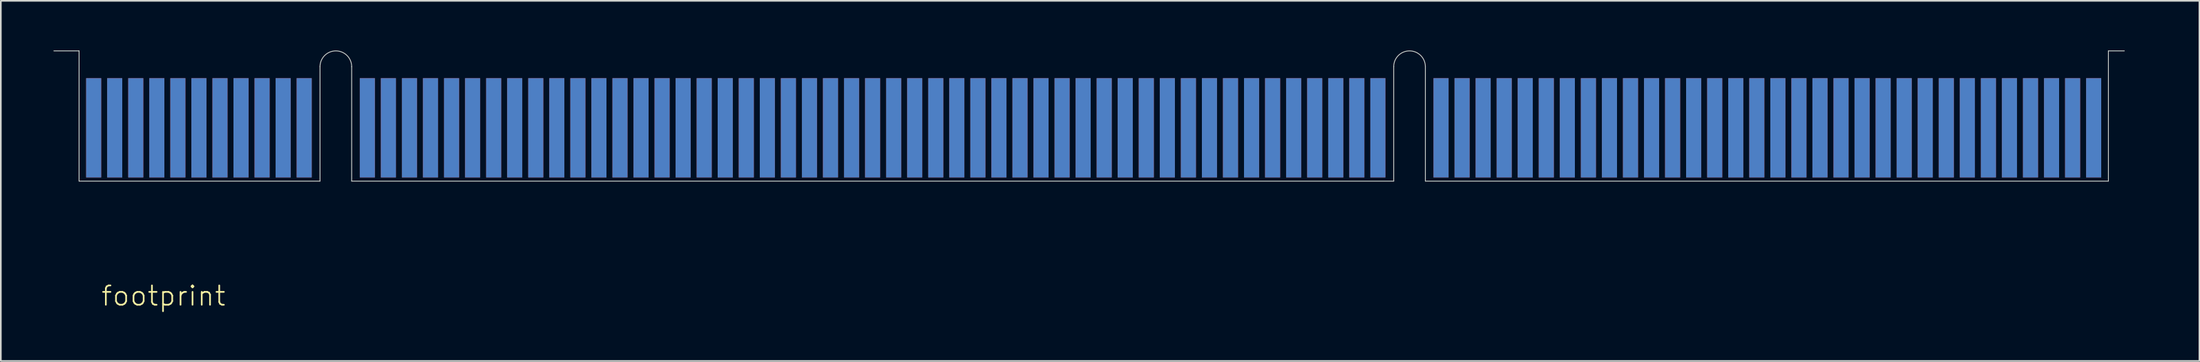
<source format=kicad_pcb>
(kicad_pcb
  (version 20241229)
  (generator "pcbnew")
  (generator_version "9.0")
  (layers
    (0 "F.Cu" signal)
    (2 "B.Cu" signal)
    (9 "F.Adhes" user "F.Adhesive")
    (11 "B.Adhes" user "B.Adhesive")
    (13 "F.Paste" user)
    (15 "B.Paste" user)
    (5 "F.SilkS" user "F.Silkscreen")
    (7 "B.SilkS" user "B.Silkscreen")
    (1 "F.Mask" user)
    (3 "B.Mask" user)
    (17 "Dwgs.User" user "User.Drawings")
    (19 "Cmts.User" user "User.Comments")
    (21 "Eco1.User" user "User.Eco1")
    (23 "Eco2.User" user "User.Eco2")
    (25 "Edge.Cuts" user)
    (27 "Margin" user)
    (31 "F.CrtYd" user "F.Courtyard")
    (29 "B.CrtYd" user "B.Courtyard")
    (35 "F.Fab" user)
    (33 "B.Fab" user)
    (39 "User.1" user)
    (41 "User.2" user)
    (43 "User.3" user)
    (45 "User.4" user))
  (footprint "footprint"
    (layer "F.Cu")
    (at 2.6 7.895)
    (property "Reference" "footprint" (at 0.39 7.62 0) (layer "F.SilkS") (effects (font (size 1.168 1.168) (thickness 0.102)) (justify left bottom)))
    (fp_line (start -2.15 3.81) (end 123.58 3.81) (stroke (width 0.9) (type solid)) (layer "F.Mask"))
    (fp_line (start 0 -5.915) (end 0 3.52) (stroke (width 0.91) (type solid)) (layer "F.Mask"))
    (fp_line (start 1.27 -5.915) (end 1.27 3.52) (stroke (width 0.91) (type solid)) (layer "F.Mask"))
    (fp_line (start 2.54 -5.915) (end 2.54 3.52) (stroke (width 0.91) (type solid)) (layer "F.Mask"))
    (fp_line (start 3.81 -5.915) (end 3.81 3.52) (stroke (width 0.91) (type solid)) (layer "F.Mask"))
    (fp_line (start 5.08 -5.915) (end 5.08 3.52) (stroke (width 0.91) (type solid)) (layer "F.Mask"))
    (fp_line (start 6.35 -5.915) (end 6.35 3.52) (stroke (width 0.91) (type solid)) (layer "F.Mask"))
    (fp_line (start 7.62 -5.915) (end 7.62 3.52) (stroke (width 0.91) (type solid)) (layer "F.Mask"))
    (fp_line (start 8.89 -5.915) (end 8.89 3.52) (stroke (width 0.91) (type solid)) (layer "F.Mask"))
    (fp_line (start 10.16 -5.915) (end 10.16 3.52) (stroke (width 0.91) (type solid)) (layer "F.Mask"))
    (fp_line (start 11.43 -5.915) (end 11.43 3.52) (stroke (width 0.91) (type solid)) (layer "F.Mask"))
    (fp_line (start 12.7 -5.915) (end 12.7 3.52) (stroke (width 0.91) (type solid)) (layer "F.Mask"))
    (fp_line (start 16.51 -5.915) (end 16.51 3.52) (stroke (width 0.91) (type solid)) (layer "F.Mask"))
    (fp_line (start 17.78 -5.915) (end 17.78 3.52) (stroke (width 0.91) (type solid)) (layer "F.Mask"))
    (fp_line (start 19.05 -5.915) (end 19.05 3.52) (stroke (width 0.91) (type solid)) (layer "F.Mask"))
    (fp_line (start 20.32 -5.915) (end 20.32 3.52) (stroke (width 0.91) (type solid)) (layer "F.Mask"))
    (fp_line (start 21.59 -5.915) (end 21.59 3.52) (stroke (width 0.91) (type solid)) (layer "F.Mask"))
    (fp_line (start 22.86 -5.915) (end 22.86 3.52) (stroke (width 0.91) (type solid)) (layer "F.Mask"))
    (fp_line (start 24.13 -5.915) (end 24.13 3.52) (stroke (width 0.91) (type solid)) (layer "F.Mask"))
    (fp_line (start 25.4 -5.915) (end 25.4 3.52) (stroke (width 0.91) (type solid)) (layer "F.Mask"))
    (fp_line (start 26.67 -5.915) (end 26.67 3.52) (stroke (width 0.91) (type solid)) (layer "F.Mask"))
    (fp_line (start 27.94 -5.915) (end 27.94 3.52) (stroke (width 0.91) (type solid)) (layer "F.Mask"))
    (fp_line (start 29.21 -5.915) (end 29.21 3.52) (stroke (width 0.91) (type solid)) (layer "F.Mask"))
    (fp_line (start 30.48 -5.915) (end 30.48 3.52) (stroke (width 0.91) (type solid)) (layer "F.Mask"))
    (fp_line (start 31.75 -5.915) (end 31.75 3.52) (stroke (width 0.91) (type solid)) (layer "F.Mask"))
    (fp_line (start 33.02 -5.915) (end 33.02 3.52) (stroke (width 0.91) (type solid)) (layer "F.Mask"))
    (fp_line (start 34.29 -5.915) (end 34.29 3.52) (stroke (width 0.91) (type solid)) (layer "F.Mask"))
    (fp_line (start 35.56 -5.915) (end 35.56 3.52) (stroke (width 0.91) (type solid)) (layer "F.Mask"))
    (fp_line (start 36.83 -5.915) (end 36.83 3.52) (stroke (width 0.91) (type solid)) (layer "F.Mask"))
    (fp_line (start 38.1 -5.915) (end 38.1 3.52) (stroke (width 0.91) (type solid)) (layer "F.Mask"))
    (fp_line (start 39.37 -5.915) (end 39.37 3.52) (stroke (width 0.91) (type solid)) (layer "F.Mask"))
    (fp_line (start 40.64 -5.915) (end 40.64 3.52) (stroke (width 0.91) (type solid)) (layer "F.Mask"))
    (fp_line (start 41.91 -5.915) (end 41.91 3.52) (stroke (width 0.91) (type solid)) (layer "F.Mask"))
    (fp_line (start 43.18 -5.915) (end 43.18 3.52) (stroke (width 0.91) (type solid)) (layer "F.Mask"))
    (fp_line (start 44.45 -5.915) (end 44.45 3.52) (stroke (width 0.91) (type solid)) (layer "F.Mask"))
    (fp_line (start 45.72 -5.915) (end 45.72 3.52) (stroke (width 0.91) (type solid)) (layer "F.Mask"))
    (fp_line (start 46.99 -5.915) (end 46.99 3.52) (stroke (width 0.91) (type solid)) (layer "F.Mask"))
    (fp_line (start 48.26 -5.915) (end 48.26 3.52) (stroke (width 0.91) (type solid)) (layer "F.Mask"))
    (fp_line (start 49.53 -5.915) (end 49.53 3.52) (stroke (width 0.91) (type solid)) (layer "F.Mask"))
    (fp_line (start 50.8 -5.915) (end 50.8 3.52) (stroke (width 0.91) (type solid)) (layer "F.Mask"))
    (fp_line (start 52.07 -5.915) (end 52.07 3.52) (stroke (width 0.91) (type solid)) (layer "F.Mask"))
    (fp_line (start 53.34 -5.915) (end 53.34 3.52) (stroke (width 0.91) (type solid)) (layer "F.Mask"))
    (fp_line (start 54.61 -5.915) (end 54.61 3.52) (stroke (width 0.91) (type solid)) (layer "F.Mask"))
    (fp_line (start 55.88 -5.915) (end 55.88 3.52) (stroke (width 0.91) (type solid)) (layer "F.Mask"))
    (fp_line (start 57.15 -5.915) (end 57.15 3.52) (stroke (width 0.91) (type solid)) (layer "F.Mask"))
    (fp_line (start 58.42 -5.915) (end 58.42 3.52) (stroke (width 0.91) (type solid)) (layer "F.Mask"))
    (fp_line (start 59.69 -5.915) (end 59.69 3.52) (stroke (width 0.91) (type solid)) (layer "F.Mask"))
    (fp_line (start 60.96 -5.915) (end 60.96 3.52) (stroke (width 0.91) (type solid)) (layer "F.Mask"))
    (fp_line (start 62.23 -5.915) (end 62.23 3.52) (stroke (width 0.91) (type solid)) (layer "F.Mask"))
    (fp_line (start 63.5 -5.915) (end 63.5 3.52) (stroke (width 0.91) (type solid)) (layer "F.Mask"))
    (fp_line (start 64.77 -5.915) (end 64.77 3.52) (stroke (width 0.91) (type solid)) (layer "F.Mask"))
    (fp_line (start 66.04 -5.915) (end 66.04 3.52) (stroke (width 0.91) (type solid)) (layer "F.Mask"))
    (fp_line (start 67.31 -5.915) (end 67.31 3.52) (stroke (width 0.91) (type solid)) (layer "F.Mask"))
    (fp_line (start 68.58 -5.915) (end 68.58 3.52) (stroke (width 0.91) (type solid)) (layer "F.Mask"))
    (fp_line (start 69.85 -5.915) (end 69.85 3.52) (stroke (width 0.91) (type solid)) (layer "F.Mask"))
    (fp_line (start 71.12 -5.915) (end 71.12 3.52) (stroke (width 0.91) (type solid)) (layer "F.Mask"))
    (fp_line (start 72.39 -5.915) (end 72.39 3.52) (stroke (width 0.91) (type solid)) (layer "F.Mask"))
    (fp_line (start 73.66 -5.915) (end 73.66 3.52) (stroke (width 0.91) (type solid)) (layer "F.Mask"))
    (fp_line (start 74.93 -5.915) (end 74.93 3.52) (stroke (width 0.91) (type solid)) (layer "F.Mask"))
    (fp_line (start 76.2 -5.915) (end 76.2 3.52) (stroke (width 0.91) (type solid)) (layer "F.Mask"))
    (fp_line (start 77.47 -5.915) (end 77.47 3.52) (stroke (width 0.91) (type solid)) (layer "F.Mask"))
    (fp_line (start 81.28 -5.915) (end 81.28 3.52) (stroke (width 0.91) (type solid)) (layer "F.Mask"))
    (fp_line (start 82.55 -5.915) (end 82.55 3.52) (stroke (width 0.91) (type solid)) (layer "F.Mask"))
    (fp_line (start 83.82 -5.915) (end 83.82 3.52) (stroke (width 0.91) (type solid)) (layer "F.Mask"))
    (fp_line (start 85.09 -5.915) (end 85.09 3.52) (stroke (width 0.91) (type solid)) (layer "F.Mask"))
    (fp_line (start 86.36 -5.915) (end 86.36 3.52) (stroke (width 0.91) (type solid)) (layer "F.Mask"))
    (fp_line (start 87.63 -5.915) (end 87.63 3.52) (stroke (width 0.91) (type solid)) (layer "F.Mask"))
    (fp_line (start 88.9 -5.915) (end 88.9 3.52) (stroke (width 0.91) (type solid)) (layer "F.Mask"))
    (fp_line (start 90.17 -5.915) (end 90.17 3.52) (stroke (width 0.91) (type solid)) (layer "F.Mask"))
    (fp_line (start 91.44 -5.915) (end 91.44 3.52) (stroke (width 0.91) (type solid)) (layer "F.Mask"))
    (fp_line (start 92.71 -5.915) (end 92.71 3.52) (stroke (width 0.91) (type solid)) (layer "F.Mask"))
    (fp_line (start 93.98 -5.915) (end 93.98 3.52) (stroke (width 0.91) (type solid)) (layer "F.Mask"))
    (fp_line (start 95.25 -5.915) (end 95.25 3.52) (stroke (width 0.91) (type solid)) (layer "F.Mask"))
    (fp_line (start 96.52 -5.915) (end 96.52 3.52) (stroke (width 0.91) (type solid)) (layer "F.Mask"))
    (fp_line (start 97.79 -5.915) (end 97.79 3.52) (stroke (width 0.91) (type solid)) (layer "F.Mask"))
    (fp_line (start 99.06 -5.915) (end 99.06 3.52) (stroke (width 0.91) (type solid)) (layer "F.Mask"))
    (fp_line (start 100.33 -5.915) (end 100.33 3.52) (stroke (width 0.91) (type solid)) (layer "F.Mask"))
    (fp_line (start 101.6 -5.915) (end 101.6 3.52) (stroke (width 0.91) (type solid)) (layer "F.Mask"))
    (fp_line (start 102.87 -5.915) (end 102.87 3.52) (stroke (width 0.91) (type solid)) (layer "F.Mask"))
    (fp_line (start 104.14 -5.915) (end 104.14 3.52) (stroke (width 0.91) (type solid)) (layer "F.Mask"))
    (fp_line (start 105.41 -5.915) (end 105.41 3.52) (stroke (width 0.91) (type solid)) (layer "F.Mask"))
    (fp_line (start 106.68 -5.915) (end 106.68 3.52) (stroke (width 0.91) (type solid)) (layer "F.Mask"))
    (fp_line (start 107.95 -5.915) (end 107.95 3.52) (stroke (width 0.91) (type solid)) (layer "F.Mask"))
    (fp_line (start 109.22 -5.915) (end 109.22 3.52) (stroke (width 0.91) (type solid)) (layer "F.Mask"))
    (fp_line (start 110.49 -5.915) (end 110.49 3.52) (stroke (width 0.91) (type solid)) (layer "F.Mask"))
    (fp_line (start 111.76 -5.915) (end 111.76 3.52) (stroke (width 0.91) (type solid)) (layer "F.Mask"))
    (fp_line (start 113.03 -5.915) (end 113.03 3.52) (stroke (width 0.91) (type solid)) (layer "F.Mask"))
    (fp_line (start 114.3 -5.915) (end 114.3 3.52) (stroke (width 0.91) (type solid)) (layer "F.Mask"))
    (fp_line (start 115.57 -5.915) (end 115.57 3.52) (stroke (width 0.91) (type solid)) (layer "F.Mask"))
    (fp_line (start 116.84 -5.915) (end 116.84 3.52) (stroke (width 0.91) (type solid)) (layer "F.Mask"))
    (fp_line (start 118.11 -5.915) (end 118.11 3.52) (stroke (width 0.91) (type solid)) (layer "F.Mask"))
    (fp_line (start 119.38 -5.915) (end 119.38 3.52) (stroke (width 0.91) (type solid)) (layer "F.Mask"))
    (fp_line (start 120.65 -5.915) (end 120.65 3.52) (stroke (width 0.91) (type solid)) (layer "F.Mask"))
    (fp_line (start 0 3.52) (end 0 -5.915) (stroke (width 0.91) (type solid)) (layer "B.Mask"))
    (fp_line (start 1.27 3.52) (end 1.27 -5.915) (stroke (width 0.91) (type solid)) (layer "B.Mask"))
    (fp_line (start 2.54 3.52) (end 2.54 -5.915) (stroke (width 0.91) (type solid)) (layer "B.Mask"))
    (fp_line (start 3.81 3.52) (end 3.81 -5.915) (stroke (width 0.91) (type solid)) (layer "B.Mask"))
    (fp_line (start 5.08 3.52) (end 5.08 -5.915) (stroke (width 0.91) (type solid)) (layer "B.Mask"))
    (fp_line (start 6.35 3.52) (end 6.35 -5.915) (stroke (width 0.91) (type solid)) (layer "B.Mask"))
    (fp_line (start 7.62 3.52) (end 7.62 -5.915) (stroke (width 0.91) (type solid)) (layer "B.Mask"))
    (fp_line (start 8.89 3.52) (end 8.89 -5.915) (stroke (width 0.91) (type solid)) (layer "B.Mask"))
    (fp_line (start 10.16 3.52) (end 10.16 -5.915) (stroke (width 0.91) (type solid)) (layer "B.Mask"))
    (fp_line (start 11.43 3.52) (end 11.43 -5.915) (stroke (width 0.91) (type solid)) (layer "B.Mask"))
    (fp_line (start 12.7 3.52) (end 12.7 -5.915) (stroke (width 0.91) (type solid)) (layer "B.Mask"))
    (fp_line (start 16.51 3.52) (end 16.51 -5.915) (stroke (width 0.91) (type solid)) (layer "B.Mask"))
    (fp_line (start 17.78 3.52) (end 17.78 -5.915) (stroke (width 0.91) (type solid)) (layer "B.Mask"))
    (fp_line (start 19.05 3.52) (end 19.05 -5.915) (stroke (width 0.91) (type solid)) (layer "B.Mask"))
    (fp_line (start 20.32 3.52) (end 20.32 -5.915) (stroke (width 0.91) (type solid)) (layer "B.Mask"))
    (fp_line (start 21.59 3.52) (end 21.59 -5.915) (stroke (width 0.91) (type solid)) (layer "B.Mask"))
    (fp_line (start 22.86 3.52) (end 22.86 -5.915) (stroke (width 0.91) (type solid)) (layer "B.Mask"))
    (fp_line (start 24.13 3.52) (end 24.13 -5.915) (stroke (width 0.91) (type solid)) (layer "B.Mask"))
    (fp_line (start 25.4 3.52) (end 25.4 -5.915) (stroke (width 0.91) (type solid)) (layer "B.Mask"))
    (fp_line (start 26.67 3.52) (end 26.67 -5.915) (stroke (width 0.91) (type solid)) (layer "B.Mask"))
    (fp_line (start 27.94 3.52) (end 27.94 -5.915) (stroke (width 0.91) (type solid)) (layer "B.Mask"))
    (fp_line (start 29.21 3.52) (end 29.21 -5.915) (stroke (width 0.91) (type solid)) (layer "B.Mask"))
    (fp_line (start 30.48 3.52) (end 30.48 -5.915) (stroke (width 0.91) (type solid)) (layer "B.Mask"))
    (fp_line (start 31.75 3.52) (end 31.75 -5.915) (stroke (width 0.91) (type solid)) (layer "B.Mask"))
    (fp_line (start 33.02 3.52) (end 33.02 -5.915) (stroke (width 0.91) (type solid)) (layer "B.Mask"))
    (fp_line (start 34.29 3.52) (end 34.29 -5.915) (stroke (width 0.91) (type solid)) (layer "B.Mask"))
    (fp_line (start 35.56 3.52) (end 35.56 -5.915) (stroke (width 0.91) (type solid)) (layer "B.Mask"))
    (fp_line (start 36.83 3.52) (end 36.83 -5.915) (stroke (width 0.91) (type solid)) (layer "B.Mask"))
    (fp_line (start 38.1 3.52) (end 38.1 -5.915) (stroke (width 0.91) (type solid)) (layer "B.Mask"))
    (fp_line (start 39.37 3.52) (end 39.37 -5.915) (stroke (width 0.91) (type solid)) (layer "B.Mask"))
    (fp_line (start 40.64 3.52) (end 40.64 -5.915) (stroke (width 0.91) (type solid)) (layer "B.Mask"))
    (fp_line (start 41.91 3.52) (end 41.91 -5.915) (stroke (width 0.91) (type solid)) (layer "B.Mask"))
    (fp_line (start 43.18 3.52) (end 43.18 -5.915) (stroke (width 0.91) (type solid)) (layer "B.Mask"))
    (fp_line (start 44.45 3.52) (end 44.45 -5.915) (stroke (width 0.91) (type solid)) (layer "B.Mask"))
    (fp_line (start 45.72 3.52) (end 45.72 -5.915) (stroke (width 0.91) (type solid)) (layer "B.Mask"))
    (fp_line (start 46.99 3.52) (end 46.99 -5.915) (stroke (width 0.91) (type solid)) (layer "B.Mask"))
    (fp_line (start 48.26 3.52) (end 48.26 -5.915) (stroke (width 0.91) (type solid)) (layer "B.Mask"))
    (fp_line (start 49.53 3.52) (end 49.53 -5.915) (stroke (width 0.91) (type solid)) (layer "B.Mask"))
    (fp_line (start 50.8 3.52) (end 50.8 -5.915) (stroke (width 0.91) (type solid)) (layer "B.Mask"))
    (fp_line (start 52.07 3.52) (end 52.07 -5.915) (stroke (width 0.91) (type solid)) (layer "B.Mask"))
    (fp_line (start 53.34 3.52) (end 53.34 -5.915) (stroke (width 0.91) (type solid)) (layer "B.Mask"))
    (fp_line (start 54.61 3.52) (end 54.61 -5.915) (stroke (width 0.91) (type solid)) (layer "B.Mask"))
    (fp_line (start 55.88 3.52) (end 55.88 -5.915) (stroke (width 0.91) (type solid)) (layer "B.Mask"))
    (fp_line (start 57.15 3.52) (end 57.15 -5.915) (stroke (width 0.91) (type solid)) (layer "B.Mask"))
    (fp_line (start 58.42 3.52) (end 58.42 -5.915) (stroke (width 0.91) (type solid)) (layer "B.Mask"))
    (fp_line (start 59.69 3.52) (end 59.69 -5.915) (stroke (width 0.91) (type solid)) (layer "B.Mask"))
    (fp_line (start 60.96 3.52) (end 60.96 -5.915) (stroke (width 0.91) (type solid)) (layer "B.Mask"))
    (fp_line (start 62.23 3.52) (end 62.23 -5.915) (stroke (width 0.91) (type solid)) (layer "B.Mask"))
    (fp_line (start 63.5 3.52) (end 63.5 -5.915) (stroke (width 0.91) (type solid)) (layer "B.Mask"))
    (fp_line (start 64.77 3.52) (end 64.77 -5.915) (stroke (width 0.91) (type solid)) (layer "B.Mask"))
    (fp_line (start 66.04 3.52) (end 66.04 -5.915) (stroke (width 0.91) (type solid)) (layer "B.Mask"))
    (fp_line (start 67.31 3.52) (end 67.31 -5.915) (stroke (width 0.91) (type solid)) (layer "B.Mask"))
    (fp_line (start 68.58 3.52) (end 68.58 -5.915) (stroke (width 0.91) (type solid)) (layer "B.Mask"))
    (fp_line (start 69.85 3.52) (end 69.85 -5.915) (stroke (width 0.91) (type solid)) (layer "B.Mask"))
    (fp_line (start 71.12 3.52) (end 71.12 -5.915) (stroke (width 0.91) (type solid)) (layer "B.Mask"))
    (fp_line (start 72.39 3.52) (end 72.39 -5.915) (stroke (width 0.91) (type solid)) (layer "B.Mask"))
    (fp_line (start 73.66 3.52) (end 73.66 -5.915) (stroke (width 0.91) (type solid)) (layer "B.Mask"))
    (fp_line (start 74.93 3.52) (end 74.93 -5.915) (stroke (width 0.91) (type solid)) (layer "B.Mask"))
    (fp_line (start 76.2 3.52) (end 76.2 -5.915) (stroke (width 0.91) (type solid)) (layer "B.Mask"))
    (fp_line (start 77.47 3.52) (end 77.47 -5.915) (stroke (width 0.91) (type solid)) (layer "B.Mask"))
    (fp_line (start 81.28 3.52) (end 81.28 -5.915) (stroke (width 0.91) (type solid)) (layer "B.Mask"))
    (fp_line (start 82.55 3.52) (end 82.55 -5.915) (stroke (width 0.91) (type solid)) (layer "B.Mask"))
    (fp_line (start 83.82 3.52) (end 83.82 -5.915) (stroke (width 0.91) (type solid)) (layer "B.Mask"))
    (fp_line (start 85.09 3.52) (end 85.09 -5.915) (stroke (width 0.91) (type solid)) (layer "B.Mask"))
    (fp_line (start 86.36 3.52) (end 86.36 -5.915) (stroke (width 0.91) (type solid)) (layer "B.Mask"))
    (fp_line (start 87.63 3.52) (end 87.63 -5.915) (stroke (width 0.91) (type solid)) (layer "B.Mask"))
    (fp_line (start 88.9 3.52) (end 88.9 -5.915) (stroke (width 0.91) (type solid)) (layer "B.Mask"))
    (fp_line (start 90.17 3.52) (end 90.17 -5.915) (stroke (width 0.91) (type solid)) (layer "B.Mask"))
    (fp_line (start 91.44 3.52) (end 91.44 -5.915) (stroke (width 0.91) (type solid)) (layer "B.Mask"))
    (fp_line (start 92.71 3.52) (end 92.71 -5.915) (stroke (width 0.91) (type solid)) (layer "B.Mask"))
    (fp_line (start 93.98 3.52) (end 93.98 -5.915) (stroke (width 0.91) (type solid)) (layer "B.Mask"))
    (fp_line (start 95.25 3.52) (end 95.25 -5.915) (stroke (width 0.91) (type solid)) (layer "B.Mask"))
    (fp_line (start 96.52 3.52) (end 96.52 -5.915) (stroke (width 0.91) (type solid)) (layer "B.Mask"))
    (fp_line (start 97.79 3.52) (end 97.79 -5.915) (stroke (width 0.91) (type solid)) (layer "B.Mask"))
    (fp_line (start 99.06 3.52) (end 99.06 -5.915) (stroke (width 0.91) (type solid)) (layer "B.Mask"))
    (fp_line (start 100.33 3.52) (end 100.33 -5.915) (stroke (width 0.91) (type solid)) (layer "B.Mask"))
    (fp_line (start 101.6 3.52) (end 101.6 -5.915) (stroke (width 0.91) (type solid)) (layer "B.Mask"))
    (fp_line (start 102.87 3.52) (end 102.87 -5.915) (stroke (width 0.91) (type solid)) (layer "B.Mask"))
    (fp_line (start 104.14 3.52) (end 104.14 -5.915) (stroke (width 0.91) (type solid)) (layer "B.Mask"))
    (fp_line (start 105.41 3.52) (end 105.41 -5.915) (stroke (width 0.91) (type solid)) (layer "B.Mask"))
    (fp_line (start 106.68 3.52) (end 106.68 -5.915) (stroke (width 0.91) (type solid)) (layer "B.Mask"))
    (fp_line (start 107.95 3.52) (end 107.95 -5.915) (stroke (width 0.91) (type solid)) (layer "B.Mask"))
    (fp_line (start 109.22 3.52) (end 109.22 -5.915) (stroke (width 0.91) (type solid)) (layer "B.Mask"))
    (fp_line (start 110.49 3.52) (end 110.49 -5.915) (stroke (width 0.91) (type solid)) (layer "B.Mask"))
    (fp_line (start 111.76 3.52) (end 111.76 -5.915) (stroke (width 0.91) (type solid)) (layer "B.Mask"))
    (fp_line (start 113.03 3.52) (end 113.03 -5.915) (stroke (width 0.91) (type solid)) (layer "B.Mask"))
    (fp_line (start 114.3 3.52) (end 114.3 -5.915) (stroke (width 0.91) (type solid)) (layer "B.Mask"))
    (fp_line (start 115.57 3.52) (end 115.57 -5.915) (stroke (width 0.91) (type solid)) (layer "B.Mask"))
    (fp_line (start 116.84 3.52) (end 116.84 -5.915) (stroke (width 0.91) (type solid)) (layer "B.Mask"))
    (fp_line (start 118.11 3.52) (end 118.11 -5.915) (stroke (width 0.91) (type solid)) (layer "B.Mask"))
    (fp_line (start 119.38 3.52) (end 119.38 -5.915) (stroke (width 0.91) (type solid)) (layer "B.Mask"))
    (fp_line (start 120.65 3.52) (end 120.65 -5.915) (stroke (width 0.91) (type solid)) (layer "B.Mask"))
    (fp_line (start 123.58 3.81) (end -2.15 3.81) (stroke (width 0.9) (type solid)) (layer "B.Mask"))
    (fp_line (start -0.88 -7.87) (end -2.4 -7.87) (stroke (width 0.05) (type solid)) (layer "Edge.Cuts"))
    (fp_line (start -0.88 0) (end -0.88 -7.87) (stroke (width 0.05) (type solid)) (layer "Edge.Cuts"))
    (fp_line (start -0.88 0) (end 13.655 0) (stroke (width 0.05) (type solid)) (layer "Edge.Cuts"))
    (fp_line (start 13.655 0) (end 13.655 -6.915) (stroke (width 0.05) (type solid)) (layer "Edge.Cuts"))
    (fp_line (start 15.565 0) (end 15.565 -6.915) (stroke (width 0.05) (type solid)) (layer "Edge.Cuts"))
    (fp_line (start 15.565 0) (end 78.425 0) (stroke (width 0.05) (type solid)) (layer "Edge.Cuts"))
    (fp_line (start 78.425 0) (end 78.425 -6.915) (stroke (width 0.05) (type solid)) (layer "Edge.Cuts"))
    (fp_line (start 80.335 0) (end 80.335 -6.915) (stroke (width 0.05) (type solid)) (layer "Edge.Cuts"))
    (fp_line (start 80.335 0) (end 121.54 0) (stroke (width 0.05) (type solid)) (layer "Edge.Cuts"))
    (fp_line (start 121.54 -7.87) (end 122.5 -7.87) (stroke (width 0.05) (type solid)) (layer "Edge.Cuts"))
    (fp_line (start 121.54 0) (end 121.54 -7.87) (stroke (width 0.05) (type solid)) (layer "Edge.Cuts"))
    (fp_arc (start 13.655 -6.915) (mid 14.61 -7.87) (end 15.565 -6.915) (stroke (width 0.05) (type solid)) (layer "Edge.Cuts"))
    (fp_arc (start 78.425 -6.915) (mid 79.38 -7.87) (end 80.335 -6.915) (stroke (width 0.05) (type solid)) (layer "Edge.Cuts"))
    (pad "1" smd rect (at 0 -3.22) (size 0.91 6) (layers "F.Cu" "F.Mask" "F.Paste"))
    (pad "2" smd rect (at 0 -3.22) (size 0.91 6) (layers "B.Cu" "B.Mask" "B.Paste"))
    (pad "3" smd rect (at 1.27 -3.22) (size 0.91 6) (layers "F.Cu" "F.Mask" "F.Paste"))
    (pad "4" smd rect (at 1.27 -3.22) (size 0.91 6) (layers "B.Cu" "B.Mask" "B.Paste"))
    (pad "5" smd rect (at 2.54 -3.22) (size 0.91 6) (layers "F.Cu" "F.Mask" "F.Paste"))
    (pad "6" smd rect (at 2.54 -3.22) (size 0.91 6) (layers "B.Cu" "B.Mask" "B.Paste"))
    (pad "7" smd rect (at 3.81 -3.22) (size 0.91 6) (layers "F.Cu" "F.Mask" "F.Paste"))
    (pad "8" smd rect (at 3.81 -3.22) (size 0.91 6) (layers "B.Cu" "B.Mask" "B.Paste"))
    (pad "9" smd rect (at 5.08 -3.22) (size 0.91 6) (layers "F.Cu" "F.Mask" "F.Paste"))
    (pad "10" smd rect (at 5.08 -3.22) (size 0.91 6) (layers "B.Cu" "B.Mask" "B.Paste"))
    (pad "11" smd rect (at 6.35 -3.22) (size 0.91 6) (layers "F.Cu" "F.Mask" "F.Paste"))
    (pad "12" smd rect (at 6.35 -3.22) (size 0.91 6) (layers "B.Cu" "B.Mask" "B.Paste"))
    (pad "13" smd rect (at 7.62 -3.22) (size 0.91 6) (layers "F.Cu" "F.Mask" "F.Paste"))
    (pad "14" smd rect (at 7.62 -3.22) (size 0.91 6) (layers "B.Cu" "B.Mask" "B.Paste"))
    (pad "15" smd rect (at 8.89 -3.22) (size 0.91 6) (layers "F.Cu" "F.Mask" "F.Paste"))
    (pad "16" smd rect (at 8.89 -3.22) (size 0.91 6) (layers "B.Cu" "B.Mask" "B.Paste"))
    (pad "17" smd rect (at 10.16 -3.22) (size 0.91 6) (layers "F.Cu" "F.Mask" "F.Paste"))
    (pad "18" smd rect (at 10.16 -3.22) (size 0.91 6) (layers "B.Cu" "B.Mask" "B.Paste"))
    (pad "19" smd rect (at 11.43 -3.22) (size 0.91 6) (layers "F.Cu" "F.Mask" "F.Paste"))
    (pad "20" smd rect (at 11.43 -3.22) (size 0.91 6) (layers "B.Cu" "B.Mask" "B.Paste"))
    (pad "21" smd rect (at 12.7 -3.22) (size 0.91 6) (layers "F.Cu" "F.Mask" "F.Paste"))
    (pad "22" smd rect (at 12.7 -3.22) (size 0.91 6) (layers "B.Cu" "B.Mask" "B.Paste"))
    (pad "23" smd rect (at 16.51 -3.22) (size 0.91 6) (layers "F.Cu" "F.Mask" "F.Paste"))
    (pad "24" smd rect (at 16.51 -3.22) (size 0.91 6) (layers "B.Cu" "B.Mask" "B.Paste"))
    (pad "25" smd rect (at 17.78 -3.22) (size 0.91 6) (layers "F.Cu" "F.Mask" "F.Paste"))
    (pad "26" smd rect (at 17.78 -3.22) (size 0.91 6) (layers "B.Cu" "B.Mask" "B.Paste"))
    (pad "27" smd rect (at 19.05 -3.22) (size 0.91 6) (layers "F.Cu" "F.Mask" "F.Paste"))
    (pad "28" smd rect (at 19.05 -3.22) (size 0.91 6) (layers "B.Cu" "B.Mask" "B.Paste"))
    (pad "29" smd rect (at 20.32 -3.22) (size 0.91 6) (layers "F.Cu" "F.Mask" "F.Paste"))
    (pad "30" smd rect (at 20.32 -3.22) (size 0.91 6) (layers "B.Cu" "B.Mask" "B.Paste"))
    (pad "31" smd rect (at 21.59 -3.22) (size 0.91 6) (layers "F.Cu" "F.Mask" "F.Paste"))
    (pad "32" smd rect (at 21.59 -3.22) (size 0.91 6) (layers "B.Cu" "B.Mask" "B.Paste"))
    (pad "33" smd rect (at 22.86 -3.22) (size 0.91 6) (layers "F.Cu" "F.Mask" "F.Paste"))
    (pad "34" smd rect (at 22.86 -3.22) (size 0.91 6) (layers "B.Cu" "B.Mask" "B.Paste"))
    (pad "35" smd rect (at 24.13 -3.22) (size 0.91 6) (layers "F.Cu" "F.Mask" "F.Paste"))
    (pad "36" smd rect (at 24.13 -3.22) (size 0.91 6) (layers "B.Cu" "B.Mask" "B.Paste"))
    (pad "37" smd rect (at 25.4 -3.22) (size 0.91 6) (layers "F.Cu" "F.Mask" "F.Paste"))
    (pad "38" smd rect (at 25.4 -3.22) (size 0.91 6) (layers "B.Cu" "B.Mask" "B.Paste"))
    (pad "39" smd rect (at 26.67 -3.22) (size 0.91 6) (layers "F.Cu" "F.Mask" "F.Paste"))
    (pad "40" smd rect (at 26.67 -3.22) (size 0.91 6) (layers "B.Cu" "B.Mask" "B.Paste"))
    (pad "41" smd rect (at 27.94 -3.22) (size 0.91 6) (layers "F.Cu" "F.Mask" "F.Paste"))
    (pad "42" smd rect (at 27.94 -3.22) (size 0.91 6) (layers "B.Cu" "B.Mask" "B.Paste"))
    (pad "43" smd rect (at 29.21 -3.22) (size 0.91 6) (layers "F.Cu" "F.Mask" "F.Paste"))
    (pad "44" smd rect (at 29.21 -3.22) (size 0.91 6) (layers "B.Cu" "B.Mask" "B.Paste"))
    (pad "45" smd rect (at 30.48 -3.22) (size 0.91 6) (layers "F.Cu" "F.Mask" "F.Paste"))
    (pad "46" smd rect (at 30.48 -3.22) (size 0.91 6) (layers "B.Cu" "B.Mask" "B.Paste"))
    (pad "47" smd rect (at 31.75 -3.22) (size 0.91 6) (layers "F.Cu" "F.Mask" "F.Paste"))
    (pad "48" smd rect (at 31.75 -3.22) (size 0.91 6) (layers "B.Cu" "B.Mask" "B.Paste"))
    (pad "49" smd rect (at 33.02 -3.22) (size 0.91 6) (layers "F.Cu" "F.Mask" "F.Paste"))
    (pad "50" smd rect (at 33.02 -3.22) (size 0.91 6) (layers "B.Cu" "B.Mask" "B.Paste"))
    (pad "51" smd rect (at 34.29 -3.22) (size 0.91 6) (layers "F.Cu" "F.Mask" "F.Paste"))
    (pad "52" smd rect (at 34.29 -3.22) (size 0.91 6) (layers "B.Cu" "B.Mask" "B.Paste"))
    (pad "53" smd rect (at 35.56 -3.22) (size 0.91 6) (layers "F.Cu" "F.Mask" "F.Paste"))
    (pad "54" smd rect (at 35.56 -3.22) (size 0.91 6) (layers "B.Cu" "B.Mask" "B.Paste"))
    (pad "55" smd rect (at 36.83 -3.22) (size 0.91 6) (layers "F.Cu" "F.Mask" "F.Paste"))
    (pad "56" smd rect (at 36.83 -3.22) (size 0.91 6) (layers "B.Cu" "B.Mask" "B.Paste"))
    (pad "57" smd rect (at 38.1 -3.22) (size 0.91 6) (layers "F.Cu" "F.Mask" "F.Paste"))
    (pad "58" smd rect (at 38.1 -3.22) (size 0.91 6) (layers "B.Cu" "B.Mask" "B.Paste"))
    (pad "59" smd rect (at 39.37 -3.22) (size 0.91 6) (layers "F.Cu" "F.Mask" "F.Paste"))
    (pad "60" smd rect (at 39.37 -3.22) (size 0.91 6) (layers "B.Cu" "B.Mask" "B.Paste"))
    (pad "61" smd rect (at 40.64 -3.22) (size 0.91 6) (layers "F.Cu" "F.Mask" "F.Paste"))
    (pad "62" smd rect (at 40.64 -3.22) (size 0.91 6) (layers "B.Cu" "B.Mask" "B.Paste"))
    (pad "63" smd rect (at 41.91 -3.22) (size 0.91 6) (layers "F.Cu" "F.Mask" "F.Paste"))
    (pad "64" smd rect (at 41.91 -3.22) (size 0.91 6) (layers "B.Cu" "B.Mask" "B.Paste"))
    (pad "65" smd rect (at 43.18 -3.22) (size 0.91 6) (layers "F.Cu" "F.Mask" "F.Paste"))
    (pad "66" smd rect (at 43.18 -3.22) (size 0.91 6) (layers "B.Cu" "B.Mask" "B.Paste"))
    (pad "67" smd rect (at 44.45 -3.22) (size 0.91 6) (layers "F.Cu" "F.Mask" "F.Paste"))
    (pad "68" smd rect (at 44.45 -3.22) (size 0.91 6) (layers "B.Cu" "B.Mask" "B.Paste"))
    (pad "69" smd rect (at 45.72 -3.22) (size 0.91 6) (layers "F.Cu" "F.Mask" "F.Paste"))
    (pad "70" smd rect (at 45.72 -3.22) (size 0.91 6) (layers "B.Cu" "B.Mask" "B.Paste"))
    (pad "71" smd rect (at 46.99 -3.22) (size 0.91 6) (layers "F.Cu" "F.Mask" "F.Paste"))
    (pad "72" smd rect (at 46.99 -3.22) (size 0.91 6) (layers "B.Cu" "B.Mask" "B.Paste"))
    (pad "73" smd rect (at 48.26 -3.22) (size 0.91 6) (layers "F.Cu" "F.Mask" "F.Paste"))
    (pad "74" smd rect (at 48.26 -3.22) (size 0.91 6) (layers "B.Cu" "B.Mask" "B.Paste"))
    (pad "75" smd rect (at 49.53 -3.22) (size 0.91 6) (layers "F.Cu" "F.Mask" "F.Paste"))
    (pad "76" smd rect (at 49.53 -3.22) (size 0.91 6) (layers "B.Cu" "B.Mask" "B.Paste"))
    (pad "77" smd rect (at 50.8 -3.22) (size 0.91 6) (layers "F.Cu" "F.Mask" "F.Paste"))
    (pad "78" smd rect (at 50.8 -3.22) (size 0.91 6) (layers "B.Cu" "B.Mask" "B.Paste"))
    (pad "79" smd rect (at 52.07 -3.22) (size 0.91 6) (layers "F.Cu" "F.Mask" "F.Paste"))
    (pad "80" smd rect (at 52.07 -3.22) (size 0.91 6) (layers "B.Cu" "B.Mask" "B.Paste"))
    (pad "81" smd rect (at 53.34 -3.22) (size 0.91 6) (layers "F.Cu" "F.Mask" "F.Paste"))
    (pad "82" smd rect (at 53.34 -3.22) (size 0.91 6) (layers "B.Cu" "B.Mask" "B.Paste"))
    (pad "83" smd rect (at 54.61 -3.22) (size 0.91 6) (layers "F.Cu" "F.Mask" "F.Paste"))
    (pad "84" smd rect (at 54.61 -3.22) (size 0.91 6) (layers "B.Cu" "B.Mask" "B.Paste"))
    (pad "85" smd rect (at 55.88 -3.22) (size 0.91 6) (layers "F.Cu" "F.Mask" "F.Paste"))
    (pad "86" smd rect (at 55.88 -3.22) (size 0.91 6) (layers "B.Cu" "B.Mask" "B.Paste"))
    (pad "87" smd rect (at 57.15 -3.22) (size 0.91 6) (layers "F.Cu" "F.Mask" "F.Paste"))
    (pad "88" smd rect (at 57.15 -3.22) (size 0.91 6) (layers "B.Cu" "B.Mask" "B.Paste"))
    (pad "89" smd rect (at 58.42 -3.22) (size 0.91 6) (layers "F.Cu" "F.Mask" "F.Paste"))
    (pad "90" smd rect (at 58.42 -3.22) (size 0.91 6) (layers "B.Cu" "B.Mask" "B.Paste"))
    (pad "91" smd rect (at 59.69 -3.22) (size 0.91 6) (layers "F.Cu" "F.Mask" "F.Paste"))
    (pad "92" smd rect (at 59.69 -3.22) (size 0.91 6) (layers "B.Cu" "B.Mask" "B.Paste"))
    (pad "93" smd rect (at 60.96 -3.22) (size 0.91 6) (layers "F.Cu" "F.Mask" "F.Paste"))
    (pad "94" smd rect (at 60.96 -3.22) (size 0.91 6) (layers "B.Cu" "B.Mask" "B.Paste"))
    (pad "95" smd rect (at 62.23 -3.22) (size 0.91 6) (layers "F.Cu" "F.Mask" "F.Paste"))
    (pad "96" smd rect (at 62.23 -3.22) (size 0.91 6) (layers "B.Cu" "B.Mask" "B.Paste"))
    (pad "97" smd rect (at 63.5 -3.22) (size 0.91 6) (layers "F.Cu" "F.Mask" "F.Paste"))
    (pad "98" smd rect (at 63.5 -3.22) (size 0.91 6) (layers "B.Cu" "B.Mask" "B.Paste"))
    (pad "99" smd rect (at 64.77 -3.22) (size 0.91 6) (layers "F.Cu" "F.Mask" "F.Paste"))
    (pad "100" smd rect (at 64.77 -3.22) (size 0.91 6) (layers "B.Cu" "B.Mask" "B.Paste"))
    (pad "101" smd rect (at 66.04 -3.22) (size 0.91 6) (layers "F.Cu" "F.Mask" "F.Paste"))
    (pad "102" smd rect (at 66.04 -3.22) (size 0.91 6) (layers "B.Cu" "B.Mask" "B.Paste"))
    (pad "103" smd rect (at 67.31 -3.22) (size 0.91 6) (layers "F.Cu" "F.Mask" "F.Paste"))
    (pad "104" smd rect (at 67.31 -3.22) (size 0.91 6) (layers "B.Cu" "B.Mask" "B.Paste"))
    (pad "105" smd rect (at 68.58 -3.22) (size 0.91 6) (layers "F.Cu" "F.Mask" "F.Paste"))
    (pad "106" smd rect (at 68.58 -3.22) (size 0.91 6) (layers "B.Cu" "B.Mask" "B.Paste"))
    (pad "107" smd rect (at 69.85 -3.22) (size 0.91 6) (layers "F.Cu" "F.Mask" "F.Paste"))
    (pad "108" smd rect (at 69.85 -3.22) (size 0.91 6) (layers "B.Cu" "B.Mask" "B.Paste"))
    (pad "109" smd rect (at 71.12 -3.22) (size 0.91 6) (layers "F.Cu" "F.Mask" "F.Paste"))
    (pad "110" smd rect (at 71.12 -3.22) (size 0.91 6) (layers "B.Cu" "B.Mask" "B.Paste"))
    (pad "111" smd rect (at 72.39 -3.22) (size 0.91 6) (layers "F.Cu" "F.Mask" "F.Paste"))
    (pad "112" smd rect (at 72.39 -3.22) (size 0.91 6) (layers "B.Cu" "B.Mask" "B.Paste"))
    (pad "113" smd rect (at 73.66 -3.22) (size 0.91 6) (layers "F.Cu" "F.Mask" "F.Paste"))
    (pad "114" smd rect (at 73.66 -3.22) (size 0.91 6) (layers "B.Cu" "B.Mask" "B.Paste"))
    (pad "115" smd rect (at 74.93 -3.22) (size 0.91 6) (layers "F.Cu" "F.Mask" "F.Paste"))
    (pad "116" smd rect (at 74.93 -3.22) (size 0.91 6) (layers "B.Cu" "B.Mask" "B.Paste"))
    (pad "117" smd rect (at 76.2 -3.22) (size 0.91 6) (layers "F.Cu" "F.Mask" "F.Paste"))
    (pad "118" smd rect (at 76.2 -3.22) (size 0.91 6) (layers "B.Cu" "B.Mask" "B.Paste"))
    (pad "119" smd rect (at 77.47 -3.22) (size 0.91 6) (layers "F.Cu" "F.Mask" "F.Paste"))
    (pad "120" smd rect (at 77.47 -3.22) (size 0.91 6) (layers "B.Cu" "B.Mask" "B.Paste"))
    (pad "121" smd rect (at 81.28 -3.22) (size 0.91 6) (layers "F.Cu" "F.Mask" "F.Paste"))
    (pad "122" smd rect (at 81.28 -3.22) (size 0.91 6) (layers "B.Cu" "B.Mask" "B.Paste"))
    (pad "123" smd rect (at 82.55 -3.22) (size 0.91 6) (layers "F.Cu" "F.Mask" "F.Paste"))
    (pad "124" smd rect (at 82.55 -3.22) (size 0.91 6) (layers "B.Cu" "B.Mask" "B.Paste"))
    (pad "125" smd rect (at 83.82 -3.22) (size 0.91 6) (layers "F.Cu" "F.Mask" "F.Paste"))
    (pad "126" smd rect (at 83.82 -3.22) (size 0.91 6) (layers "B.Cu" "B.Mask" "B.Paste"))
    (pad "127" smd rect (at 85.09 -3.22) (size 0.91 6) (layers "F.Cu" "F.Mask" "F.Paste"))
    (pad "128" smd rect (at 85.09 -3.22) (size 0.91 6) (layers "B.Cu" "B.Mask" "B.Paste"))
    (pad "129" smd rect (at 86.36 -3.22) (size 0.91 6) (layers "F.Cu" "F.Mask" "F.Paste"))
    (pad "130" smd rect (at 86.36 -3.22) (size 0.91 6) (layers "B.Cu" "B.Mask" "B.Paste"))
    (pad "131" smd rect (at 87.63 -3.22) (size 0.91 6) (layers "F.Cu" "F.Mask" "F.Paste"))
    (pad "132" smd rect (at 87.63 -3.22) (size 0.91 6) (layers "B.Cu" "B.Mask" "B.Paste"))
    (pad "133" smd rect (at 88.9 -3.22) (size 0.91 6) (layers "F.Cu" "F.Mask" "F.Paste"))
    (pad "134" smd rect (at 88.9 -3.22) (size 0.91 6) (layers "B.Cu" "B.Mask" "B.Paste"))
    (pad "135" smd rect (at 90.17 -3.22) (size 0.91 6) (layers "F.Cu" "F.Mask" "F.Paste"))
    (pad "136" smd rect (at 90.17 -3.22) (size 0.91 6) (layers "B.Cu" "B.Mask" "B.Paste"))
    (pad "137" smd rect (at 91.44 -3.22) (size 0.91 6) (layers "F.Cu" "F.Mask" "F.Paste"))
    (pad "138" smd rect (at 91.44 -3.22) (size 0.91 6) (layers "B.Cu" "B.Mask" "B.Paste"))
    (pad "139" smd rect (at 92.71 -3.22) (size 0.91 6) (layers "F.Cu" "F.Mask" "F.Paste"))
    (pad "140" smd rect (at 92.71 -3.22) (size 0.91 6) (layers "B.Cu" "B.Mask" "B.Paste"))
    (pad "141" smd rect (at 93.98 -3.22) (size 0.91 6) (layers "F.Cu" "F.Mask" "F.Paste"))
    (pad "142" smd rect (at 93.98 -3.22) (size 0.91 6) (layers "B.Cu" "B.Mask" "B.Paste"))
    (pad "143" smd rect (at 95.25 -3.22) (size 0.91 6) (layers "F.Cu" "F.Mask" "F.Paste"))
    (pad "144" smd rect (at 95.25 -3.22) (size 0.91 6) (layers "B.Cu" "B.Mask" "B.Paste"))
    (pad "145" smd rect (at 96.52 -3.22) (size 0.91 6) (layers "F.Cu" "F.Mask" "F.Paste"))
    (pad "146" smd rect (at 96.52 -3.22) (size 0.91 6) (layers "B.Cu" "B.Mask" "B.Paste"))
    (pad "147" smd rect (at 97.79 -3.22) (size 0.91 6) (layers "F.Cu" "F.Mask" "F.Paste"))
    (pad "148" smd rect (at 97.79 -3.22) (size 0.91 6) (layers "B.Cu" "B.Mask" "B.Paste"))
    (pad "149" smd rect (at 99.06 -3.22) (size 0.91 6) (layers "F.Cu" "F.Mask" "F.Paste"))
    (pad "150" smd rect (at 99.06 -3.22) (size 0.91 6) (layers "B.Cu" "B.Mask" "B.Paste"))
    (pad "151" smd rect (at 100.33 -3.22) (size 0.91 6) (layers "F.Cu" "F.Mask" "F.Paste"))
    (pad "152" smd rect (at 100.33 -3.22) (size 0.91 6) (layers "B.Cu" "B.Mask" "B.Paste"))
    (pad "153" smd rect (at 101.6 -3.22) (size 0.91 6) (layers "F.Cu" "F.Mask" "F.Paste"))
    (pad "154" smd rect (at 101.6 -3.22) (size 0.91 6) (layers "B.Cu" "B.Mask" "B.Paste"))
    (pad "155" smd rect (at 102.87 -3.22) (size 0.91 6) (layers "F.Cu" "F.Mask" "F.Paste"))
    (pad "156" smd rect (at 102.87 -3.22) (size 0.91 6) (layers "B.Cu" "B.Mask" "B.Paste"))
    (pad "157" smd rect (at 104.14 -3.22) (size 0.91 6) (layers "F.Cu" "F.Mask" "F.Paste"))
    (pad "158" smd rect (at 104.14 -3.22) (size 0.91 6) (layers "B.Cu" "B.Mask" "B.Paste"))
    (pad "159" smd rect (at 105.41 -3.22) (size 0.91 6) (layers "F.Cu" "F.Mask" "F.Paste"))
    (pad "160" smd rect (at 105.41 -3.22) (size 0.91 6) (layers "B.Cu" "B.Mask" "B.Paste"))
    (pad "161" smd rect (at 106.68 -3.22) (size 0.91 6) (layers "F.Cu" "F.Mask" "F.Paste"))
    (pad "162" smd rect (at 106.68 -3.22) (size 0.91 6) (layers "B.Cu" "B.Mask" "B.Paste"))
    (pad "163" smd rect (at 107.95 -3.22) (size 0.91 6) (layers "F.Cu" "F.Mask" "F.Paste"))
    (pad "164" smd rect (at 107.95 -3.22) (size 0.91 6) (layers "B.Cu" "B.Mask" "B.Paste"))
    (pad "165" smd rect (at 109.22 -3.22) (size 0.91 6) (layers "F.Cu" "F.Mask" "F.Paste"))
    (pad "166" smd rect (at 109.22 -3.22) (size 0.91 6) (layers "B.Cu" "B.Mask" "B.Paste"))
    (pad "167" smd rect (at 110.49 -3.22) (size 0.91 6) (layers "F.Cu" "F.Mask" "F.Paste"))
    (pad "168" smd rect (at 110.49 -3.22) (size 0.91 6) (layers "B.Cu" "B.Mask" "B.Paste"))
    (pad "169" smd rect (at 111.76 -3.22) (size 0.91 6) (layers "F.Cu" "F.Mask" "F.Paste"))
    (pad "170" smd rect (at 111.76 -3.22) (size 0.91 6) (layers "B.Cu" "B.Mask" "B.Paste"))
    (pad "171" smd rect (at 113.03 -3.22) (size 0.91 6) (layers "F.Cu" "F.Mask" "F.Paste"))
    (pad "172" smd rect (at 113.03 -3.22) (size 0.91 6) (layers "B.Cu" "B.Mask" "B.Paste"))
    (pad "173" smd rect (at 114.3 -3.22) (size 0.91 6) (layers "F.Cu" "F.Mask" "F.Paste"))
    (pad "174" smd rect (at 114.3 -3.22) (size 0.91 6) (layers "B.Cu" "B.Mask" "B.Paste"))
    (pad "175" smd rect (at 115.57 -3.22) (size 0.91 6) (layers "F.Cu" "F.Mask" "F.Paste"))
    (pad "176" smd rect (at 115.57 -3.22) (size 0.91 6) (layers "B.Cu" "B.Mask" "B.Paste"))
    (pad "177" smd rect (at 116.84 -3.22) (size 0.91 6) (layers "F.Cu" "F.Mask" "F.Paste"))
    (pad "178" smd rect (at 116.84 -3.22) (size 0.91 6) (layers "B.Cu" "B.Mask" "B.Paste"))
    (pad "179" smd rect (at 118.11 -3.22) (size 0.91 6) (layers "F.Cu" "F.Mask" "F.Paste"))
    (pad "180" smd rect (at 118.11 -3.22) (size 0.91 6) (layers "B.Cu" "B.Mask" "B.Paste"))
    (pad "181" smd rect (at 119.38 -3.22) (size 0.91 6) (layers "F.Cu" "F.Mask" "F.Paste"))
    (pad "182" smd rect (at 119.38 -3.22) (size 0.91 6) (layers "B.Cu" "B.Mask" "B.Paste"))
    (pad "183" smd rect (at 120.65 -3.22) (size 0.91 6) (layers "F.Cu" "F.Mask" "F.Paste"))
    (pad "184" smd rect (at 120.65 -3.22) (size 0.91 6) (layers "B.Cu" "B.Mask" "B.Paste")))
  (gr_rect
    (start -3 -3)
    (end 129.63 18.765)
    (stroke (width 0.1) (type default))
    (fill no)
    (layer "Edge.Cuts")))
</source>
